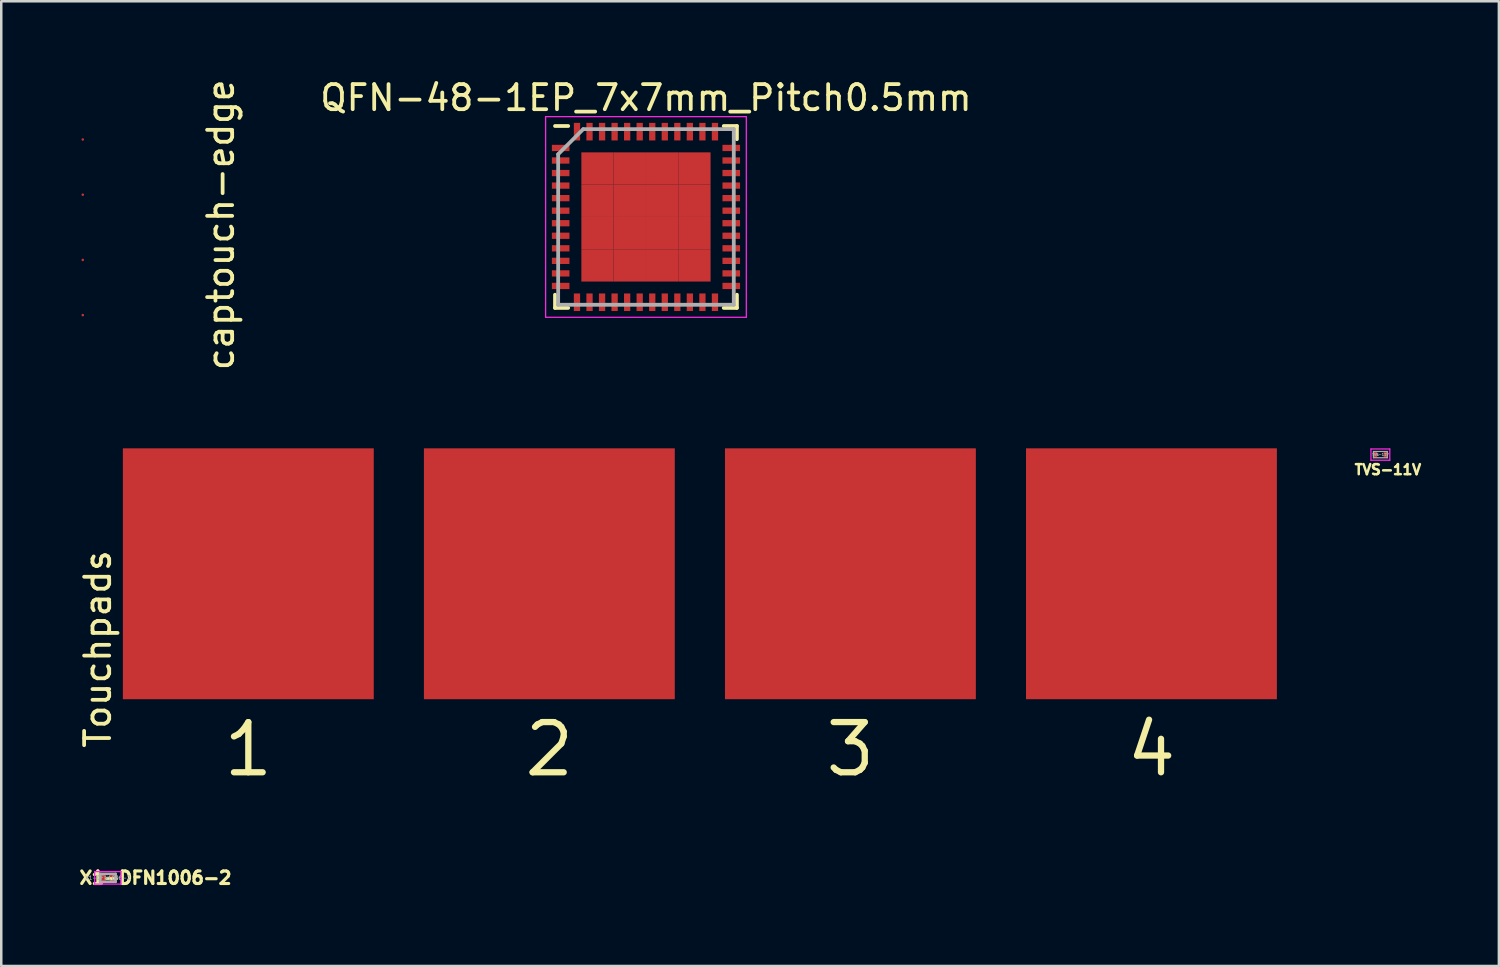
<source format=kicad_pcb>
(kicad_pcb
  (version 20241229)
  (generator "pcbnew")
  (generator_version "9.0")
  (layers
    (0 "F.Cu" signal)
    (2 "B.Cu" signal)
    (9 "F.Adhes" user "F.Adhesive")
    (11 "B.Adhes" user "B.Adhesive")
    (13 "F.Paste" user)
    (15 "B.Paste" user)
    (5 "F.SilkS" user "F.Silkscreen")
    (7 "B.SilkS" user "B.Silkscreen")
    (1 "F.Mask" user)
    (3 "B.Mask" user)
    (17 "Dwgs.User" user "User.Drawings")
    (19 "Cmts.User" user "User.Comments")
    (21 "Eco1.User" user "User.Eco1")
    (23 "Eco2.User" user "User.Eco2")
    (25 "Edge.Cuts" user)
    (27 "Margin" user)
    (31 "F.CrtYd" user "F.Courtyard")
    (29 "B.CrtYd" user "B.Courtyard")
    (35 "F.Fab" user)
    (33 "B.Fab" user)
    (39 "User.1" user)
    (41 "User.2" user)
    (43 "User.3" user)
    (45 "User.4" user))
  (footprint "X1-DFN1006-2"
    (layer "F.Cu")
    (at 1.249 31.942)
    (property "Reference" "X1-DFN1006-2" (at 1.9 0 0) (layer "F.SilkS") (effects (font (size 0.5 0.5) (thickness 0.125))))
    (attr smd)
    (fp_line (start -0.525 -0.25) (end 0.525 -0.25) (stroke (width 0.05) (type solid)) (layer "F.CrtYd"))
    (fp_line (start -0.525 0.25) (end -0.525 -0.25) (stroke (width 0.05) (type solid)) (layer "F.CrtYd"))
    (fp_line (start 0.525 -0.25) (end 0.525 0.25) (stroke (width 0.05) (type solid)) (layer "F.CrtYd"))
    (fp_line (start 0.525 0.25) (end -0.525 0.25) (stroke (width 0.05) (type solid)) (layer "F.CrtYd"))
    (fp_line (start -0.31 -0.16) (end 0.31 -0.16) (stroke (width 0.1) (type solid)) (layer "F.Fab"))
    (fp_line (start -0.31 0.16) (end -0.31 -0.16) (stroke (width 0.1) (type solid)) (layer "F.Fab"))
    (fp_line (start 0.31 -0.16) (end 0.31 0.16) (stroke (width 0.1) (type solid)) (layer "F.Fab"))
    (fp_line (start 0.31 0.16) (end -0.31 0.16) (stroke (width 0.1) (type solid)) (layer "F.Fab"))
    (fp_text user "${REFERENCE}" (at 0 0 180) (layer "F.Fab") (effects (font (size 0.15 0.15) (thickness 0.025))))
    (pad "1" smd roundrect (at -0.19 0) (size 0.23 0.3) (layers "F.Cu" "F.Mask" "F.Paste") (roundrect_rratio 0.25))
    (pad "2" smd roundrect (at 0.19 0) (size 0.23 0.3) (layers "F.Cu" "F.Mask" "F.Paste") (roundrect_rratio 0.25)))
  (footprint "TVS-11V"
    (layer "F.Cu")
    (at 51.973 15.071)
    (property "Reference" "TVS-11V" (at 0.3 0.6 0) (layer "F.SilkS") (effects (font (size 0.4 0.4) (thickness 0.1))))
    (attr smd)
    (fp_line (start -0.375 -0.225) (end 0.375 -0.225) (stroke (width 0.05) (type solid)) (layer "F.CrtYd"))
    (fp_line (start -0.375 0.225) (end -0.375 -0.225) (stroke (width 0.05) (type solid)) (layer "F.CrtYd"))
    (fp_line (start 0.375 -0.225) (end 0.375 0.225) (stroke (width 0.05) (type solid)) (layer "F.CrtYd"))
    (fp_line (start 0.375 0.225) (end -0.375 0.225) (stroke (width 0.05) (type solid)) (layer "F.CrtYd"))
    (fp_line (start -0.275 -0.125) (end 0.275 -0.125) (stroke (width 0.05) (type solid)) (layer "F.Fab"))
    (fp_line (start -0.275 0.125) (end -0.275 -0.125) (stroke (width 0.05) (type solid)) (layer "F.Fab"))
    (fp_line (start 0.275 -0.125) (end 0.275 0.125) (stroke (width 0.05) (type solid)) (layer "F.Fab"))
    (fp_line (start 0.275 0.125) (end -0.275 0.125) (stroke (width 0.05) (type solid)) (layer "F.Fab"))
    (fp_text user "${REFERENCE}" (at 0 0 0) (layer "F.Fab") (effects (font (size 0.1 0.1) (thickness 0.025))))
    (pad "1" smd roundrect (at -0.2 0) (size 0.14 0.24) (layers "F.Cu" "F.Mask" "F.Paste") (roundrect_rratio 0.25))
    (pad "2" smd roundrect (at 0.2 0) (size 0.14 0.24) (layers "F.Cu" "F.Mask" "F.Paste") (roundrect_rratio 0.25)))
  (footprint "Touchpads"
    (layer "F.Cu")
    (at 24.848 19.821)
    (property "Reference" "Touchpads" (at -24 3 90) (layer "F.SilkS") (effects (font (size 1 1) (thickness 0.15))))
    (attr through_hole)
    (fp_text user "4" (at 18 7 0) (layer "F.SilkS") (effects (font (size 2 2) (thickness 0.25))))
    (fp_text user "2" (at -6 7 0) (layer "F.SilkS") (effects (font (size 2 2) (thickness 0.25))))
    (fp_text user "1" (at -18 7 0) (layer "F.SilkS") (effects (font (size 2 2) (thickness 0.25))))
    (fp_text user "3" (at 6 7 0) (layer "F.SilkS") (effects (font (size 2 2) (thickness 0.25))))
    (pad "1" smd rect (at -18 0 180) (size 10 10) (layers "F.Cu" "F.Mask"))
    (pad "2" smd rect (at -6 0 180) (size 10 10) (layers "F.Cu" "F.Mask"))
    (pad "3" smd rect (at 6 0 180) (size 10 10) (layers "F.Cu" "F.Mask"))
    (pad "4" smd rect (at 18 0 180) (size 10 10) (layers "F.Cu" "F.Mask")))
  (footprint "captouch-edge"
    (layer "F.Cu")
    (at 0.25 6.011)
    (property "Reference" "captouch-edge" (at 5.5 -0.1 90) (layer "F.SilkS") (effects (font (size 1 1) (thickness 0.15))))
    (attr exclude_from_pos_files exclude_from_bom)
    (pad "1" smd circle (at 0 -3.5) (size 0.1 0.1) (layers "F.Cu" "F.Mask"))
    (pad "2" smd circle (at 0 -1.3) (size 0.1 0.1) (layers "F.Cu" "F.Mask"))
    (pad "3" smd circle (at 0 1.3) (size 0.1 0.1) (layers "F.Cu" "F.Mask"))
    (pad "4" smd circle (at 0 3.5) (size 0.1 0.1) (layers "F.Cu" "F.Mask")))
  (footprint "QFN-48-1EP_7x7mm_Pitch0.5mm"
    (layer "F.Cu")
    (at 22.699 5.598)
    (property "Reference" "QFN-48-1EP_7x7mm_Pitch0.5mm" (at 0 -4.75 0) (layer "F.SilkS") (effects (font (size 1 1) (thickness 0.15))))
    (attr smd)
    (fp_line (start -3.625 -3.625) (end -3.1 -3.625) (stroke (width 0.15) (type solid)) (layer "F.SilkS"))
    (fp_line (start -3.625 3.625) (end -3.625 3.1) (stroke (width 0.15) (type solid)) (layer "F.SilkS"))
    (fp_line (start -3.625 3.625) (end -3.1 3.625) (stroke (width 0.15) (type solid)) (layer "F.SilkS"))
    (fp_line (start 3.625 -3.625) (end 3.1 -3.625) (stroke (width 0.15) (type solid)) (layer "F.SilkS"))
    (fp_line (start 3.625 -3.625) (end 3.625 -3.1) (stroke (width 0.15) (type solid)) (layer "F.SilkS"))
    (fp_line (start 3.625 3.625) (end 3.1 3.625) (stroke (width 0.15) (type solid)) (layer "F.SilkS"))
    (fp_line (start 3.625 3.625) (end 3.625 3.1) (stroke (width 0.15) (type solid)) (layer "F.SilkS"))
    (fp_line (start -4 -4) (end -4 4) (stroke (width 0.05) (type solid)) (layer "F.CrtYd"))
    (fp_line (start -4 -4) (end 4 -4) (stroke (width 0.05) (type solid)) (layer "F.CrtYd"))
    (fp_line (start -4 4) (end 4 4) (stroke (width 0.05) (type solid)) (layer "F.CrtYd"))
    (fp_line (start 4 -4) (end 4 4) (stroke (width 0.05) (type solid)) (layer "F.CrtYd"))
    (fp_line (start -3.5 -2.5) (end -2.5 -3.5) (stroke (width 0.15) (type solid)) (layer "F.Fab"))
    (fp_line (start -3.5 3.5) (end -3.5 -2.5) (stroke (width 0.15) (type solid)) (layer "F.Fab"))
    (fp_line (start -2.5 -3.5) (end 3.5 -3.5) (stroke (width 0.15) (type solid)) (layer "F.Fab"))
    (fp_line (start 3.5 -3.5) (end 3.5 3.5) (stroke (width 0.15) (type solid)) (layer "F.Fab"))
    (fp_line (start 3.5 3.5) (end -3.5 3.5) (stroke (width 0.15) (type solid)) (layer "F.Fab"))
    (pad "1" smd rect (at -3.4 -2.75) (size 0.7 0.25) (layers "F.Cu" "F.Mask" "F.Paste"))
    (pad "2" smd rect (at -3.4 -2.25) (size 0.7 0.25) (layers "F.Cu" "F.Mask" "F.Paste"))
    (pad "3" smd rect (at -3.4 -1.75) (size 0.7 0.25) (layers "F.Cu" "F.Mask" "F.Paste"))
    (pad "4" smd rect (at -3.4 -1.25) (size 0.7 0.25) (layers "F.Cu" "F.Mask" "F.Paste"))
    (pad "5" smd rect (at -3.4 -0.75) (size 0.7 0.25) (layers "F.Cu" "F.Mask" "F.Paste"))
    (pad "6" smd rect (at -3.4 -0.25) (size 0.7 0.25) (layers "F.Cu" "F.Mask" "F.Paste"))
    (pad "7" smd rect (at -3.4 0.25) (size 0.7 0.25) (layers "F.Cu" "F.Mask" "F.Paste"))
    (pad "8" smd rect (at -3.4 0.75) (size 0.7 0.25) (layers "F.Cu" "F.Mask" "F.Paste"))
    (pad "9" smd rect (at -3.4 1.25) (size 0.7 0.25) (layers "F.Cu" "F.Mask" "F.Paste"))
    (pad "10" smd rect (at -3.4 1.75) (size 0.7 0.25) (layers "F.Cu" "F.Mask" "F.Paste"))
    (pad "11" smd rect (at -3.4 2.25) (size 0.7 0.25) (layers "F.Cu" "F.Mask" "F.Paste"))
    (pad "12" smd rect (at -3.4 2.75) (size 0.7 0.25) (layers "F.Cu" "F.Mask" "F.Paste"))
    (pad "13" smd rect (at -2.75 3.4 90) (size 0.7 0.25) (layers "F.Cu" "F.Mask" "F.Paste"))
    (pad "14" smd rect (at -2.25 3.4 90) (size 0.7 0.25) (layers "F.Cu" "F.Mask" "F.Paste"))
    (pad "15" smd rect (at -1.75 3.4 90) (size 0.7 0.25) (layers "F.Cu" "F.Mask" "F.Paste"))
    (pad "16" smd rect (at -1.25 3.4 90) (size 0.7 0.25) (layers "F.Cu" "F.Mask" "F.Paste"))
    (pad "17" smd rect (at -0.75 3.4 90) (size 0.7 0.25) (layers "F.Cu" "F.Mask" "F.Paste"))
    (pad "18" smd rect (at -0.25 3.4 90) (size 0.7 0.25) (layers "F.Cu" "F.Mask" "F.Paste"))
    (pad "19" smd rect (at 0.25 3.4 90) (size 0.7 0.25) (layers "F.Cu" "F.Mask" "F.Paste"))
    (pad "20" smd rect (at 0.75 3.4 90) (size 0.7 0.25) (layers "F.Cu" "F.Mask" "F.Paste"))
    (pad "21" smd rect (at 1.25 3.4 90) (size 0.7 0.25) (layers "F.Cu" "F.Mask" "F.Paste"))
    (pad "22" smd rect (at 1.75 3.4 90) (size 0.7 0.25) (layers "F.Cu" "F.Mask" "F.Paste"))
    (pad "23" smd rect (at 2.25 3.4 90) (size 0.7 0.25) (layers "F.Cu" "F.Mask" "F.Paste"))
    (pad "24" smd rect (at 2.75 3.4 90) (size 0.7 0.25) (layers "F.Cu" "F.Mask" "F.Paste"))
    (pad "25" smd rect (at 3.4 2.75) (size 0.7 0.25) (layers "F.Cu" "F.Mask" "F.Paste"))
    (pad "26" smd rect (at 3.4 2.25) (size 0.7 0.25) (layers "F.Cu" "F.Mask" "F.Paste"))
    (pad "27" smd rect (at 3.4 1.75) (size 0.7 0.25) (layers "F.Cu" "F.Mask" "F.Paste"))
    (pad "28" smd rect (at 3.4 1.25) (size 0.7 0.25) (layers "F.Cu" "F.Mask" "F.Paste"))
    (pad "29" smd rect (at 3.4 0.75) (size 0.7 0.25) (layers "F.Cu" "F.Mask" "F.Paste"))
    (pad "30" smd rect (at 3.4 0.25) (size 0.7 0.25) (layers "F.Cu" "F.Mask" "F.Paste"))
    (pad "31" smd rect (at 3.4 -0.25) (size 0.7 0.25) (layers "F.Cu" "F.Mask" "F.Paste"))
    (pad "32" smd rect (at 3.4 -0.75) (size 0.7 0.25) (layers "F.Cu" "F.Mask" "F.Paste"))
    (pad "33" smd rect (at 3.4 -1.25) (size 0.7 0.25) (layers "F.Cu" "F.Mask" "F.Paste"))
    (pad "34" smd rect (at 3.4 -1.75) (size 0.7 0.25) (layers "F.Cu" "F.Mask" "F.Paste"))
    (pad "35" smd rect (at 3.4 -2.25) (size 0.7 0.25) (layers "F.Cu" "F.Mask" "F.Paste"))
    (pad "36" smd rect (at 3.4 -2.75) (size 0.7 0.25) (layers "F.Cu" "F.Mask" "F.Paste"))
    (pad "37" smd rect (at 2.75 -3.4 90) (size 0.7 0.25) (layers "F.Cu" "F.Mask" "F.Paste"))
    (pad "38" smd rect (at 2.25 -3.4 90) (size 0.7 0.25) (layers "F.Cu" "F.Mask" "F.Paste"))
    (pad "39" smd rect (at 1.75 -3.4 90) (size 0.7 0.25) (layers "F.Cu" "F.Mask" "F.Paste"))
    (pad "40" smd rect (at 1.25 -3.4 90) (size 0.7 0.25) (layers "F.Cu" "F.Mask" "F.Paste"))
    (pad "41" smd rect (at 0.75 -3.4 90) (size 0.7 0.25) (layers "F.Cu" "F.Mask" "F.Paste"))
    (pad "42" smd rect (at 0.25 -3.4 90) (size 0.7 0.25) (layers "F.Cu" "F.Mask" "F.Paste"))
    (pad "43" smd rect (at -0.25 -3.4 90) (size 0.7 0.25) (layers "F.Cu" "F.Mask" "F.Paste"))
    (pad "44" smd rect (at -0.75 -3.4 90) (size 0.7 0.25) (layers "F.Cu" "F.Mask" "F.Paste"))
    (pad "45" smd rect (at -1.25 -3.4 90) (size 0.7 0.25) (layers "F.Cu" "F.Mask" "F.Paste"))
    (pad "46" smd rect (at -1.75 -3.4 90) (size 0.7 0.25) (layers "F.Cu" "F.Mask" "F.Paste"))
    (pad "47" smd rect (at -2.25 -3.4 90) (size 0.7 0.25) (layers "F.Cu" "F.Mask" "F.Paste"))
    (pad "48" smd rect (at -2.75 -3.4 90) (size 0.7 0.25) (layers "F.Cu" "F.Mask" "F.Paste"))
    (pad "49" smd rect (at -1.931 -1.931) (size 1.288 1.288) (layers "F.Cu" "F.Mask" "F.Paste"))
    (pad "49" smd rect (at -1.931 -0.644) (size 1.288 1.288) (layers "F.Cu" "F.Mask" "F.Paste"))
    (pad "49" smd rect (at -1.931 0.644) (size 1.288 1.288) (layers "F.Cu" "F.Mask" "F.Paste"))
    (pad "49" smd rect (at -1.931 1.931) (size 1.288 1.288) (layers "F.Cu" "F.Mask" "F.Paste"))
    (pad "49" smd rect (at -0.644 -1.931) (size 1.288 1.288) (layers "F.Cu" "F.Mask" "F.Paste"))
    (pad "49" smd rect (at -0.644 -0.644) (size 1.288 1.288) (layers "F.Cu" "F.Mask" "F.Paste"))
    (pad "49" smd rect (at -0.644 0.644) (size 1.288 1.288) (layers "F.Cu" "F.Mask" "F.Paste"))
    (pad "49" smd rect (at -0.644 1.931) (size 1.288 1.288) (layers "F.Cu" "F.Mask" "F.Paste"))
    (pad "49" smd rect (at 0.644 -1.931) (size 1.288 1.288) (layers "F.Cu" "F.Mask" "F.Paste"))
    (pad "49" smd rect (at 0.644 -0.644) (size 1.288 1.288) (layers "F.Cu" "F.Mask" "F.Paste"))
    (pad "49" smd rect (at 0.644 0.644) (size 1.288 1.288) (layers "F.Cu" "F.Mask" "F.Paste"))
    (pad "49" smd rect (at 0.644 1.931) (size 1.288 1.288) (layers "F.Cu" "F.Mask" "F.Paste"))
    (pad "49" smd rect (at 1.931 -1.931) (size 1.288 1.288) (layers "F.Cu" "F.Mask" "F.Paste"))
    (pad "49" smd rect (at 1.931 -0.644) (size 1.288 1.288) (layers "F.Cu" "F.Mask" "F.Paste"))
    (pad "49" smd rect (at 1.931 0.644) (size 1.288 1.288) (layers "F.Cu" "F.Mask" "F.Paste"))
    (pad "49" smd rect (at 1.931 1.931) (size 1.288 1.288) (layers "F.Cu" "F.Mask" "F.Paste")))
  (gr_rect
    (start -3 -3)
    (end 56.697 35.454)
    (stroke (width 0.1) (type default))
    (fill no)
    (layer "Edge.Cuts")))
</source>
